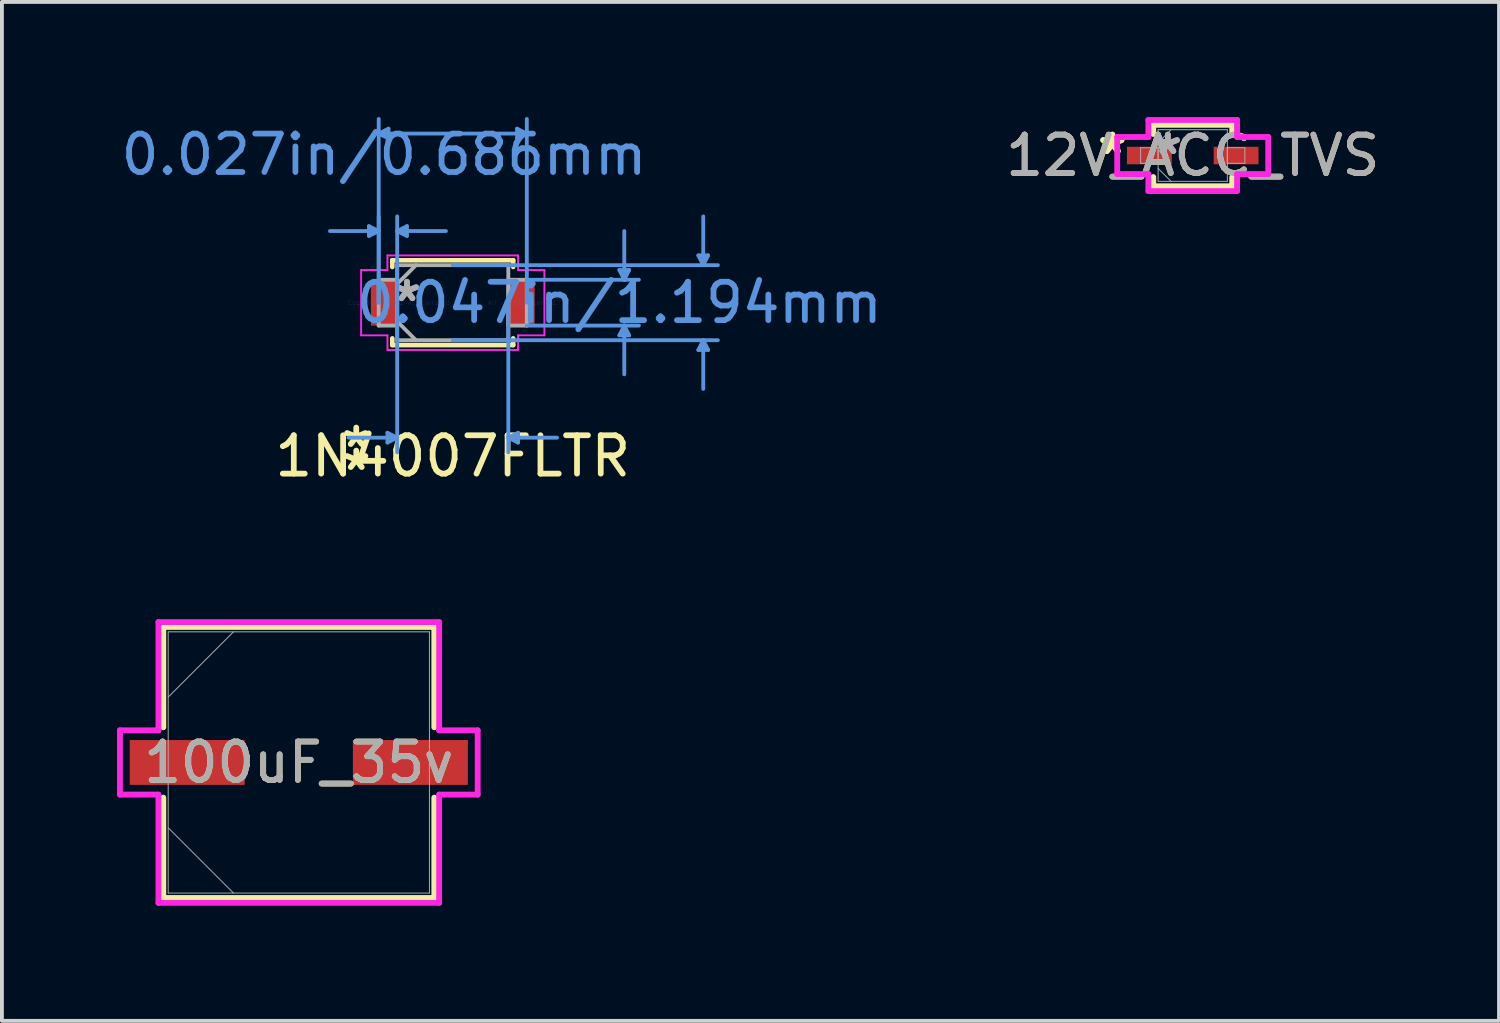
<source format=kicad_pcb>
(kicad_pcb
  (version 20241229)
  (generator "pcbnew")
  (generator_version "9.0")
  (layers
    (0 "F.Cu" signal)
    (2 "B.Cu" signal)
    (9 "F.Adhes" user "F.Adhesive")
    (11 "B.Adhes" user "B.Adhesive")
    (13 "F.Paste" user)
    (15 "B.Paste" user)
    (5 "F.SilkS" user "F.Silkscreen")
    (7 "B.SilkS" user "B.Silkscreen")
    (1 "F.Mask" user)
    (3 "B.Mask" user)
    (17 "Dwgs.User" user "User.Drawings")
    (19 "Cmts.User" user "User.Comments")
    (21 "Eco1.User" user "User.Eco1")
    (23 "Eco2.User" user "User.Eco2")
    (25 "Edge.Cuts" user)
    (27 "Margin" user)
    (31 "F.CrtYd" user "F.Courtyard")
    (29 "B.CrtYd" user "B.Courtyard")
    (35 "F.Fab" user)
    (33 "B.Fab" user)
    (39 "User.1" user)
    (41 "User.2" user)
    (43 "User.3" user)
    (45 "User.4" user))
  (footprint "12V_ACC_TVS"
    (layer "F.Cu")
    (at 28.033 1.003)
    (property "Reference" "12V_ACC_TVS" (at 0 0 0) (unlocked yes) (layer "F.SilkS") (effects (font (size 1 1) (thickness 0.15))))
    (attr smd)
    (fp_line (start -1.029 -0.8) (end -1.029 -0.561) (stroke (width 0.152) (type solid)) (layer "F.SilkS"))
    (fp_line (start -1.029 0.561) (end -1.029 0.8) (stroke (width 0.152) (type solid)) (layer "F.SilkS"))
    (fp_line (start -1.029 0.8) (end 1.029 0.8) (stroke (width 0.152) (type solid)) (layer "F.SilkS"))
    (fp_line (start 1.029 -0.8) (end -1.029 -0.8) (stroke (width 0.152) (type solid)) (layer "F.SilkS"))
    (fp_line (start 1.029 -0.561) (end 1.029 -0.8) (stroke (width 0.152) (type solid)) (layer "F.SilkS"))
    (fp_line (start 1.029 0.8) (end 1.029 0.561) (stroke (width 0.152) (type solid)) (layer "F.SilkS"))
    (fp_line (start -1.968 -0.483) (end -1.156 -0.483) (stroke (width 0.152) (type solid)) (layer "F.CrtYd"))
    (fp_line (start -1.968 0.483) (end -1.968 -0.483) (stroke (width 0.152) (type solid)) (layer "F.CrtYd"))
    (fp_line (start -1.156 -0.927) (end 1.156 -0.927) (stroke (width 0.152) (type solid)) (layer "F.CrtYd"))
    (fp_line (start -1.156 -0.483) (end -1.156 -0.927) (stroke (width 0.152) (type solid)) (layer "F.CrtYd"))
    (fp_line (start -1.156 0.483) (end -1.968 0.483) (stroke (width 0.152) (type solid)) (layer "F.CrtYd"))
    (fp_line (start -1.156 0.927) (end -1.156 0.483) (stroke (width 0.152) (type solid)) (layer "F.CrtYd"))
    (fp_line (start 1.156 -0.927) (end 1.156 -0.483) (stroke (width 0.152) (type solid)) (layer "F.CrtYd"))
    (fp_line (start 1.156 -0.483) (end 1.968 -0.483) (stroke (width 0.152) (type solid)) (layer "F.CrtYd"))
    (fp_line (start 1.156 0.483) (end 1.156 0.927) (stroke (width 0.152) (type solid)) (layer "F.CrtYd"))
    (fp_line (start 1.156 0.927) (end -1.156 0.927) (stroke (width 0.152) (type solid)) (layer "F.CrtYd"))
    (fp_line (start 1.968 -0.483) (end 1.968 0.483) (stroke (width 0.152) (type solid)) (layer "F.CrtYd"))
    (fp_line (start 1.968 0.483) (end 1.156 0.483) (stroke (width 0.152) (type solid)) (layer "F.CrtYd"))
    (fp_line (start -1.359 -0.203) (end -1.359 0.203) (stroke (width 0.025) (type solid)) (layer "F.Fab"))
    (fp_line (start -1.359 0.203) (end -0.902 0.203) (stroke (width 0.025) (type solid)) (layer "F.Fab"))
    (fp_line (start -0.902 -0.673) (end -0.902 0.673) (stroke (width 0.025) (type solid)) (layer "F.Fab"))
    (fp_line (start -0.902 -0.337) (end -0.565 -0.673) (stroke (width 0.025) (type solid)) (layer "F.Fab"))
    (fp_line (start -0.902 -0.203) (end -1.359 -0.203) (stroke (width 0.025) (type solid)) (layer "F.Fab"))
    (fp_line (start -0.902 0.203) (end -0.902 -0.203) (stroke (width 0.025) (type solid)) (layer "F.Fab"))
    (fp_line (start -0.902 0.337) (end -0.565 0.673) (stroke (width 0.025) (type solid)) (layer "F.Fab"))
    (fp_line (start -0.902 0.673) (end 0.902 0.673) (stroke (width 0.025) (type solid)) (layer "F.Fab"))
    (fp_line (start 0.902 -0.673) (end -0.902 -0.673) (stroke (width 0.025) (type solid)) (layer "F.Fab"))
    (fp_line (start 0.902 -0.203) (end 0.902 0.203) (stroke (width 0.025) (type solid)) (layer "F.Fab"))
    (fp_line (start 0.902 0.203) (end 1.359 0.203) (stroke (width 0.025) (type solid)) (layer "F.Fab"))
    (fp_line (start 0.902 0.673) (end 0.902 -0.673) (stroke (width 0.025) (type solid)) (layer "F.Fab"))
    (fp_line (start 1.359 -0.203) (end 0.902 -0.203) (stroke (width 0.025) (type solid)) (layer "F.Fab"))
    (fp_line (start 1.359 0.203) (end 1.359 -0.203) (stroke (width 0.025) (type solid)) (layer "F.Fab"))
    (fp_text user "*" (at -2.095 0 0) (layer "F.SilkS") (effects (font (size 1 1) (thickness 0.15))))
    (fp_text user "*" (at -2.095 0 0) (unlocked yes) (layer "F.SilkS") (effects (font (size 1 1) (thickness 0.15))))
    (fp_text user "*" (at -0.648 0 0) (layer "F.Fab") (effects (font (size 1 1) (thickness 0.15))))
    (fp_text user "${REFERENCE}" (at 0 0 0) (unlocked yes) (layer "F.Fab") (effects (font (size 1 1) (thickness 0.15))))
    (fp_text user "*" (at -0.648 0 0) (unlocked yes) (layer "F.Fab") (effects (font (size 1 1) (thickness 0.15))))
    (pad "1" smd rect (at -1.13 0) (size 1.168 0.457) (layers "F.Cu" "F.Mask" "F.Paste"))
    (pad "2" smd rect (at 1.13 0) (size 1.168 0.457) (layers "F.Cu" "F.Mask" "F.Paste")))
  (footprint "100uF_35v"
    (layer "F.Cu")
    (at 4.737 16.82)
    (property "Reference" "100uF_35v" (at 0 0 0) (unlocked yes) (layer "F.SilkS") (effects (font (size 1 1) (thickness 0.15))))
    (attr smd)
    (fp_line (start -3.531 -3.531) (end -3.531 -0.917) (stroke (width 0.152) (type solid)) (layer "F.SilkS"))
    (fp_line (start -3.531 0.917) (end -3.531 3.531) (stroke (width 0.152) (type solid)) (layer "F.SilkS"))
    (fp_line (start -3.531 3.531) (end 3.531 3.531) (stroke (width 0.152) (type solid)) (layer "F.SilkS"))
    (fp_line (start 3.531 -3.531) (end -3.531 -3.531) (stroke (width 0.152) (type solid)) (layer "F.SilkS"))
    (fp_line (start 3.531 -0.917) (end 3.531 -3.531) (stroke (width 0.152) (type solid)) (layer "F.SilkS"))
    (fp_line (start 3.531 3.531) (end 3.531 0.917) (stroke (width 0.152) (type solid)) (layer "F.SilkS"))
    (fp_line (start -4.661 -0.838) (end -3.658 -0.838) (stroke (width 0.152) (type solid)) (layer "F.CrtYd"))
    (fp_line (start -4.661 0.838) (end -4.661 -0.838) (stroke (width 0.152) (type solid)) (layer "F.CrtYd"))
    (fp_line (start -3.658 -3.658) (end 3.658 -3.658) (stroke (width 0.152) (type solid)) (layer "F.CrtYd"))
    (fp_line (start -3.658 -0.838) (end -3.658 -3.658) (stroke (width 0.152) (type solid)) (layer "F.CrtYd"))
    (fp_line (start -3.658 0.838) (end -4.661 0.838) (stroke (width 0.152) (type solid)) (layer "F.CrtYd"))
    (fp_line (start -3.658 3.658) (end -3.658 0.838) (stroke (width 0.152) (type solid)) (layer "F.CrtYd"))
    (fp_line (start 3.658 -3.658) (end 3.658 -0.838) (stroke (width 0.152) (type solid)) (layer "F.CrtYd"))
    (fp_line (start 3.658 -0.838) (end 4.661 -0.838) (stroke (width 0.152) (type solid)) (layer "F.CrtYd"))
    (fp_line (start 3.658 0.838) (end 3.658 3.658) (stroke (width 0.152) (type solid)) (layer "F.CrtYd"))
    (fp_line (start 3.658 3.658) (end -3.658 3.658) (stroke (width 0.152) (type solid)) (layer "F.CrtYd"))
    (fp_line (start 4.661 -0.838) (end 4.661 0.838) (stroke (width 0.152) (type solid)) (layer "F.CrtYd"))
    (fp_line (start 4.661 0.838) (end 3.658 0.838) (stroke (width 0.152) (type solid)) (layer "F.CrtYd"))
    (fp_line (start -3.404 -3.404) (end -3.404 3.404) (stroke (width 0.025) (type solid)) (layer "F.Fab"))
    (fp_line (start -3.404 -1.702) (end -1.702 -3.404) (stroke (width 0.025) (type solid)) (layer "F.Fab"))
    (fp_line (start -3.404 1.702) (end -1.702 3.404) (stroke (width 0.025) (type solid)) (layer "F.Fab"))
    (fp_line (start -3.404 3.404) (end 3.404 3.404) (stroke (width 0.025) (type solid)) (layer "F.Fab"))
    (fp_line (start 3.404 -3.404) (end -3.404 -3.404) (stroke (width 0.025) (type solid)) (layer "F.Fab"))
    (fp_line (start 3.404 3.404) (end 3.404 -3.404) (stroke (width 0.025) (type solid)) (layer "F.Fab"))
    (fp_circle (center -2.896 0) (end -2.896 0) (stroke (width 0.025) (type solid)) (fill no) (layer "F.Fab"))
    (fp_text user "${REFERENCE}" (at 0 0 0) (unlocked yes) (layer "F.Fab") (effects (font (size 1 1) (thickness 0.15))))
    (pad "1" smd rect (at -2.908 0) (size 2.997 1.168) (layers "F.Cu" "F.Mask" "F.Paste"))
    (pad "2" smd rect (at 2.908 0) (size 2.997 1.168) (layers "F.Cu" "F.Mask" "F.Paste"))
    (zone (net_name "") (layer "F.Cu") (hatch full 0.508) (connect_pads) (min_thickness 0.254) (filled_areas_thickness no) (keepout (tracks not_allowed) (vias not_allowed) (pads allowed) (copperpour not_allowed) (footprints allowed)) (placement (enabled no)) (fill) (polygon (pts (xy 1.384 13.467) (xy 8.09 13.467) (xy 8.09 16.185) (xy 1.384 16.185))))
    (zone (net_name "") (layer "F.Cu") (hatch full 0.508) (connect_pads) (min_thickness 0.254) (filled_areas_thickness no) (keepout (tracks not_allowed) (vias not_allowed) (pads allowed) (copperpour not_allowed) (footprints allowed)) (placement (enabled no)) (fill) (polygon (pts (xy 1.384 17.455) (xy 8.09 17.455) (xy 8.09 20.173) (xy 1.384 20.173))))
    (zone (net_name "") (layer "F.Cu") (hatch full 0.508) (connect_pads) (min_thickness 0.254) (filled_areas_thickness no) (keepout (tracks not_allowed) (vias not_allowed) (pads allowed) (copperpour not_allowed) (footprints allowed)) (placement (enabled no)) (fill) (polygon (pts (xy 3.378 16.185) (xy 6.096 16.185) (xy 6.096 17.455) (xy 3.378 17.455)))))
  (footprint "1N4007FLTR"
    (layer "F.Cu")
    (at 8.749 4.838)
    (property "Reference" "1N4007FLTR" (at 0 4 0) (layer "F.SilkS") (effects (font (size 1 1) (thickness 0.15))))
    (attr through_hole)
    (fp_line (start -1.575 -1.105) (end -1.575 -0.93) (stroke (width 0.12) (type solid)) (layer "F.SilkS"))
    (fp_line (start -1.575 0.93) (end -1.575 1.105) (stroke (width 0.12) (type solid)) (layer "F.SilkS"))
    (fp_line (start -1.575 1.105) (end 1.575 1.105) (stroke (width 0.12) (type solid)) (layer "F.SilkS"))
    (fp_line (start 1.575 -1.105) (end -1.575 -1.105) (stroke (width 0.12) (type solid)) (layer "F.SilkS"))
    (fp_line (start 1.575 -0.93) (end 1.575 -1.105) (stroke (width 0.12) (type solid)) (layer "F.SilkS"))
    (fp_line (start 1.575 1.105) (end 1.575 0.93) (stroke (width 0.12) (type solid)) (layer "F.SilkS"))
    (fp_line (start -2.184 -1.994) (end -2.184 -1.74) (stroke (width 0.1) (type solid)) (layer "Cmts.User"))
    (fp_line (start -1.93 -4.407) (end -1.676 -4.534) (stroke (width 0.1) (type solid)) (layer "Cmts.User"))
    (fp_line (start -1.93 -4.407) (end -1.676 -4.28) (stroke (width 0.1) (type solid)) (layer "Cmts.User"))
    (fp_line (start -1.93 -4.407) (end 1.93 -4.407) (stroke (width 0.1) (type solid)) (layer "Cmts.User"))
    (fp_line (start -1.93 -1.867) (end -3.2 -1.867) (stroke (width 0.1) (type solid)) (layer "Cmts.User"))
    (fp_line (start -1.93 -1.867) (end -2.184 -1.994) (stroke (width 0.1) (type solid)) (layer "Cmts.User"))
    (fp_line (start -1.93 -1.867) (end -2.184 -1.74) (stroke (width 0.1) (type solid)) (layer "Cmts.User"))
    (fp_line (start -1.93 0) (end -1.93 -4.788) (stroke (width 0.1) (type solid)) (layer "Cmts.User"))
    (fp_line (start -1.93 0) (end -1.93 -2.248) (stroke (width 0.1) (type solid)) (layer "Cmts.User"))
    (fp_line (start -1.702 3.391) (end -1.702 3.645) (stroke (width 0.1) (type solid)) (layer "Cmts.User"))
    (fp_line (start -1.676 -4.534) (end -1.676 -4.28) (stroke (width 0.1) (type solid)) (layer "Cmts.User"))
    (fp_line (start -1.448 -1.867) (end -1.194 -1.994) (stroke (width 0.1) (type solid)) (layer "Cmts.User"))
    (fp_line (start -1.448 -1.867) (end -1.194 -1.74) (stroke (width 0.1) (type solid)) (layer "Cmts.User"))
    (fp_line (start -1.448 -1.867) (end -0.178 -1.867) (stroke (width 0.1) (type solid)) (layer "Cmts.User"))
    (fp_line (start -1.448 0) (end -1.448 -2.248) (stroke (width 0.1) (type solid)) (layer "Cmts.User"))
    (fp_line (start -1.448 0) (end -1.448 3.899) (stroke (width 0.1) (type solid)) (layer "Cmts.User"))
    (fp_line (start -1.448 3.518) (end -2.718 3.518) (stroke (width 0.1) (type solid)) (layer "Cmts.User"))
    (fp_line (start -1.448 3.518) (end -1.702 3.391) (stroke (width 0.1) (type solid)) (layer "Cmts.User"))
    (fp_line (start -1.448 3.518) (end -1.702 3.645) (stroke (width 0.1) (type solid)) (layer "Cmts.User"))
    (fp_line (start -1.194 -1.994) (end -1.194 -1.74) (stroke (width 0.1) (type solid)) (layer "Cmts.User"))
    (fp_line (start 0 -0.978) (end 6.909 -0.978) (stroke (width 0.1) (type solid)) (layer "Cmts.User"))
    (fp_line (start 0 0.978) (end 6.909 0.978) (stroke (width 0.1) (type solid)) (layer "Cmts.User"))
    (fp_line (start 1.448 0) (end 1.448 3.899) (stroke (width 0.1) (type solid)) (layer "Cmts.User"))
    (fp_line (start 1.448 3.518) (end 1.702 3.391) (stroke (width 0.1) (type solid)) (layer "Cmts.User"))
    (fp_line (start 1.448 3.518) (end 1.702 3.645) (stroke (width 0.1) (type solid)) (layer "Cmts.User"))
    (fp_line (start 1.448 3.518) (end 2.718 3.518) (stroke (width 0.1) (type solid)) (layer "Cmts.User"))
    (fp_line (start 1.676 -4.534) (end 1.676 -4.28) (stroke (width 0.1) (type solid)) (layer "Cmts.User"))
    (fp_line (start 1.702 3.391) (end 1.702 3.645) (stroke (width 0.1) (type solid)) (layer "Cmts.User"))
    (fp_line (start 1.93 -4.407) (end 1.676 -4.534) (stroke (width 0.1) (type solid)) (layer "Cmts.User"))
    (fp_line (start 1.93 -4.407) (end 1.676 -4.28) (stroke (width 0.1) (type solid)) (layer "Cmts.User"))
    (fp_line (start 1.93 -0.597) (end 4.851 -0.597) (stroke (width 0.1) (type solid)) (layer "Cmts.User"))
    (fp_line (start 1.93 0) (end 1.93 -4.788) (stroke (width 0.1) (type solid)) (layer "Cmts.User"))
    (fp_line (start 1.93 0.597) (end 4.851 0.597) (stroke (width 0.1) (type solid)) (layer "Cmts.User"))
    (fp_line (start 4.343 -0.851) (end 4.597 -0.851) (stroke (width 0.1) (type solid)) (layer "Cmts.User"))
    (fp_line (start 4.343 0.851) (end 4.597 0.851) (stroke (width 0.1) (type solid)) (layer "Cmts.User"))
    (fp_line (start 4.47 -0.597) (end 4.343 -0.851) (stroke (width 0.1) (type solid)) (layer "Cmts.User"))
    (fp_line (start 4.47 -0.597) (end 4.47 -1.867) (stroke (width 0.1) (type solid)) (layer "Cmts.User"))
    (fp_line (start 4.47 -0.597) (end 4.597 -0.851) (stroke (width 0.1) (type solid)) (layer "Cmts.User"))
    (fp_line (start 4.47 0.597) (end 4.343 0.851) (stroke (width 0.1) (type solid)) (layer "Cmts.User"))
    (fp_line (start 4.47 0.597) (end 4.47 1.867) (stroke (width 0.1) (type solid)) (layer "Cmts.User"))
    (fp_line (start 4.47 0.597) (end 4.597 0.851) (stroke (width 0.1) (type solid)) (layer "Cmts.User"))
    (fp_line (start 6.401 -1.232) (end 6.655 -1.232) (stroke (width 0.1) (type solid)) (layer "Cmts.User"))
    (fp_line (start 6.401 1.232) (end 6.655 1.232) (stroke (width 0.1) (type solid)) (layer "Cmts.User"))
    (fp_line (start 6.528 -0.978) (end 6.401 -1.232) (stroke (width 0.1) (type solid)) (layer "Cmts.User"))
    (fp_line (start 6.528 -0.978) (end 6.528 -2.248) (stroke (width 0.1) (type solid)) (layer "Cmts.User"))
    (fp_line (start 6.528 -0.978) (end 6.655 -1.232) (stroke (width 0.1) (type solid)) (layer "Cmts.User"))
    (fp_line (start 6.528 0.978) (end 6.401 1.232) (stroke (width 0.1) (type solid)) (layer "Cmts.User"))
    (fp_line (start 6.528 0.978) (end 6.528 2.248) (stroke (width 0.1) (type solid)) (layer "Cmts.User"))
    (fp_line (start 6.528 0.978) (end 6.655 1.232) (stroke (width 0.1) (type solid)) (layer "Cmts.User"))
    (fp_line (start -2.388 -0.851) (end -1.702 -0.851) (stroke (width 0.05) (type solid)) (layer "F.CrtYd"))
    (fp_line (start -2.388 0.851) (end -2.388 -0.851) (stroke (width 0.05) (type solid)) (layer "F.CrtYd"))
    (fp_line (start -1.702 -1.232) (end 1.702 -1.232) (stroke (width 0.05) (type solid)) (layer "F.CrtYd"))
    (fp_line (start -1.702 -0.851) (end -1.702 -1.232) (stroke (width 0.05) (type solid)) (layer "F.CrtYd"))
    (fp_line (start -1.702 0.851) (end -2.388 0.851) (stroke (width 0.05) (type solid)) (layer "F.CrtYd"))
    (fp_line (start -1.702 1.232) (end -1.702 0.851) (stroke (width 0.05) (type solid)) (layer "F.CrtYd"))
    (fp_line (start 1.702 -1.232) (end 1.702 -0.851) (stroke (width 0.05) (type solid)) (layer "F.CrtYd"))
    (fp_line (start 1.702 -0.851) (end 2.388 -0.851) (stroke (width 0.05) (type solid)) (layer "F.CrtYd"))
    (fp_line (start 1.702 0.851) (end 1.702 1.232) (stroke (width 0.05) (type solid)) (layer "F.CrtYd"))
    (fp_line (start 1.702 1.232) (end -1.702 1.232) (stroke (width 0.05) (type solid)) (layer "F.CrtYd"))
    (fp_line (start 2.388 -0.851) (end 2.388 0.851) (stroke (width 0.05) (type solid)) (layer "F.CrtYd"))
    (fp_line (start 2.388 0.851) (end 1.702 0.851) (stroke (width 0.05) (type solid)) (layer "F.CrtYd"))
    (fp_line (start -1.93 -0.597) (end -1.93 0.597) (stroke (width 0.1) (type solid)) (layer "F.Fab"))
    (fp_line (start -1.93 0.597) (end -1.448 0.597) (stroke (width 0.1) (type solid)) (layer "F.Fab"))
    (fp_line (start -1.448 -0.978) (end -1.448 0.978) (stroke (width 0.1) (type solid)) (layer "F.Fab"))
    (fp_line (start -1.448 -0.597) (end -1.93 -0.597) (stroke (width 0.1) (type solid)) (layer "F.Fab"))
    (fp_line (start -1.448 -0.489) (end -0.959 -0.978) (stroke (width 0.1) (type solid)) (layer "F.Fab"))
    (fp_line (start -1.448 0.489) (end -0.959 0.978) (stroke (width 0.1) (type solid)) (layer "F.Fab"))
    (fp_line (start -1.448 0.597) (end -1.448 -0.597) (stroke (width 0.1) (type solid)) (layer "F.Fab"))
    (fp_line (start -1.448 0.978) (end 1.448 0.978) (stroke (width 0.1) (type solid)) (layer "F.Fab"))
    (fp_line (start 1.448 -0.978) (end -1.448 -0.978) (stroke (width 0.1) (type solid)) (layer "F.Fab"))
    (fp_line (start 1.448 -0.597) (end 1.448 0.597) (stroke (width 0.1) (type solid)) (layer "F.Fab"))
    (fp_line (start 1.448 0.597) (end 1.93 0.597) (stroke (width 0.1) (type solid)) (layer "F.Fab"))
    (fp_line (start 1.448 0.978) (end 1.448 -0.978) (stroke (width 0.1) (type solid)) (layer "F.Fab"))
    (fp_line (start 1.93 -0.597) (end 1.448 -0.597) (stroke (width 0.1) (type solid)) (layer "F.Fab"))
    (fp_line (start 1.93 0.597) (end 1.93 -0.597) (stroke (width 0.1) (type solid)) (layer "F.Fab"))
    (fp_text user "*" (at -2.515 3.8 0) (layer "F.SilkS") (effects (font (size 1 1) (thickness 0.15))))
    (fp_text user "*" (at -2.515 4.4 0) (layer "F.SilkS") (effects (font (size 1 1) (thickness 0.15))))
    (fp_text user "Copyright 2021 Accelerated Designs. All rights reserved." (at 0 0 0) (layer "Cmts.User") (effects (font (size 0.127 0.127) (thickness 0.002))))
    (fp_text user "0.027in/0.686mm" (at -1.791 -3.861 0) (layer "Cmts.User") (effects (font (size 1 1) (thickness 0.15))))
    (fp_text user "0.047in/1.194mm" (at 4.343 0 0) (layer "Cmts.User") (effects (font (size 1 1) (thickness 0.15))))
    (fp_text user "*" (at -1.194 0 0) (layer "F.Fab") (effects (font (size 1 1) (thickness 0.15))))
    (fp_text user "*" (at -1.194 0 0) (layer "F.Fab") (effects (font (size 1 1) (thickness 0.15))))
    (pad "1" smd rect (at -1.791 0) (size 0.686 1.194) (layers "F.Cu" "F.Mask" "F.Paste"))
    (pad "2" smd rect (at 1.791 0) (size 0.686 1.194) (layers "F.Cu" "F.Mask" "F.Paste")))
  (gr_rect
    (start -3 -3)
    (end 36.015 23.554)
    (stroke (width 0.1) (type default))
    (fill no)
    (layer "Edge.Cuts")))
</source>
